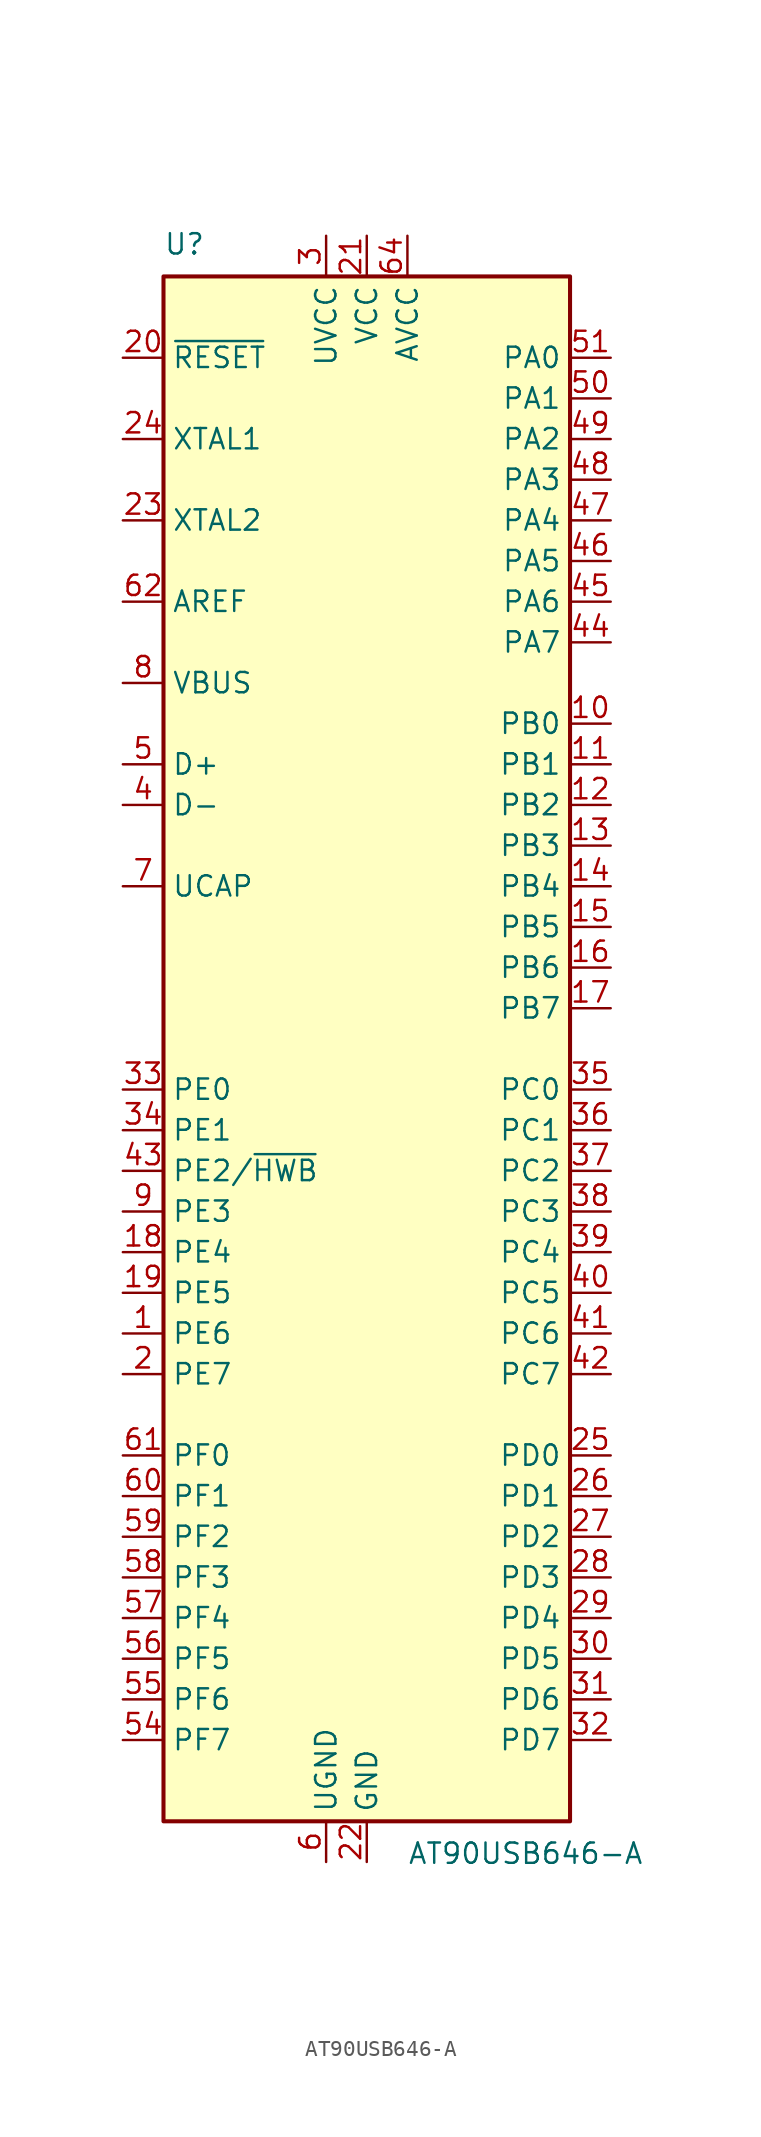
<source format=kicad_sym>
(kicad_symbol_lib
  (version 20201005)
  (generator kicad_symbol_editor)
  (symbol "MCU_Microchip_AVR:AT90USB646-A"
    (property "Reference" "U"
      (at -12.7 49.53 0)
      (effects (font (size 1.27 1.27)) (justify left bottom)))
    (property "Value" "AT90USB646-A"
      (at 2.54 -49.53 0)
      (effects (font (size 1.27 1.27)) (justify left top)))
    (symbol "AT90USB646-A_0_1"
      (rectangle (start -12.7 -48.26) (end 12.7 48.26) (stroke (width 0.254)) (fill (type background))))
    (symbol "AT90USB646-A_1_1"
      (pin bidirectional line (at -15.24 -17.78 0) (length 2.54) (name "PE6" (effects (font (size 1.27 1.27)))) (number "1" (effects (font (size 1.27 1.27)))))
      (pin bidirectional line (at 15.24 20.32 180) (length 2.54) (name "PB0" (effects (font (size 1.27 1.27)))) (number "10" (effects (font (size 1.27 1.27)))))
      (pin bidirectional line (at 15.24 17.78 180) (length 2.54) (name "PB1" (effects (font (size 1.27 1.27)))) (number "11" (effects (font (size 1.27 1.27)))))
      (pin bidirectional line (at 15.24 15.24 180) (length 2.54) (name "PB2" (effects (font (size 1.27 1.27)))) (number "12" (effects (font (size 1.27 1.27)))))
      (pin bidirectional line (at 15.24 12.7 180) (length 2.54) (name "PB3" (effects (font (size 1.27 1.27)))) (number "13" (effects (font (size 1.27 1.27)))))
      (pin bidirectional line (at 15.24 10.16 180) (length 2.54) (name "PB4" (effects (font (size 1.27 1.27)))) (number "14" (effects (font (size 1.27 1.27)))))
      (pin bidirectional line (at 15.24 7.62 180) (length 2.54) (name "PB5" (effects (font (size 1.27 1.27)))) (number "15" (effects (font (size 1.27 1.27)))))
      (pin bidirectional line (at 15.24 5.08 180) (length 2.54) (name "PB6" (effects (font (size 1.27 1.27)))) (number "16" (effects (font (size 1.27 1.27)))))
      (pin bidirectional line (at 15.24 2.54 180) (length 2.54) (name "PB7" (effects (font (size 1.27 1.27)))) (number "17" (effects (font (size 1.27 1.27)))))
      (pin bidirectional line (at -15.24 -12.7 0) (length 2.54) (name "PE4" (effects (font (size 1.27 1.27)))) (number "18" (effects (font (size 1.27 1.27)))))
      (pin bidirectional line (at -15.24 -15.24 0) (length 2.54) (name "PE5" (effects (font (size 1.27 1.27)))) (number "19" (effects (font (size 1.27 1.27)))))
      (pin bidirectional line (at -15.24 -20.32 0) (length 2.54) (name "PE7" (effects (font (size 1.27 1.27)))) (number "2" (effects (font (size 1.27 1.27)))))
      (pin input line (at -15.24 43.18 0) (length 2.54) (name "~RESET" (effects (font (size 1.27 1.27)))) (number "20" (effects (font (size 1.27 1.27)))))
      (pin power_in line (at 0 50.8 270) (length 2.54) (name "VCC" (effects (font (size 1.27 1.27)))) (number "21" (effects (font (size 1.27 1.27)))))
      (pin power_in line (at 0 -50.8 90) (length 2.54) (name "GND" (effects (font (size 1.27 1.27)))) (number "22" (effects (font (size 1.27 1.27)))))
      (pin output line (at -15.24 33.02 0) (length 2.54) (name "XTAL2" (effects (font (size 1.27 1.27)))) (number "23" (effects (font (size 1.27 1.27)))))
      (pin input line (at -15.24 38.1 0) (length 2.54) (name "XTAL1" (effects (font (size 1.27 1.27)))) (number "24" (effects (font (size 1.27 1.27)))))
      (pin bidirectional line (at 15.24 -25.4 180) (length 2.54) (name "PD0" (effects (font (size 1.27 1.27)))) (number "25" (effects (font (size 1.27 1.27)))))
      (pin bidirectional line (at 15.24 -27.94 180) (length 2.54) (name "PD1" (effects (font (size 1.27 1.27)))) (number "26" (effects (font (size 1.27 1.27)))))
      (pin bidirectional line (at 15.24 -30.48 180) (length 2.54) (name "PD2" (effects (font (size 1.27 1.27)))) (number "27" (effects (font (size 1.27 1.27)))))
      (pin bidirectional line (at 15.24 -33.02 180) (length 2.54) (name "PD3" (effects (font (size 1.27 1.27)))) (number "28" (effects (font (size 1.27 1.27)))))
      (pin bidirectional line (at 15.24 -35.56 180) (length 2.54) (name "PD4" (effects (font (size 1.27 1.27)))) (number "29" (effects (font (size 1.27 1.27)))))
      (pin power_in line (at -2.54 50.8 270) (length 2.54) (name "UVCC" (effects (font (size 1.27 1.27)))) (number "3" (effects (font (size 1.27 1.27)))))
      (pin bidirectional line (at 15.24 -38.1 180) (length 2.54) (name "PD5" (effects (font (size 1.27 1.27)))) (number "30" (effects (font (size 1.27 1.27)))))
      (pin bidirectional line (at 15.24 -40.64 180) (length 2.54) (name "PD6" (effects (font (size 1.27 1.27)))) (number "31" (effects (font (size 1.27 1.27)))))
      (pin bidirectional line (at 15.24 -43.18 180) (length 2.54) (name "PD7" (effects (font (size 1.27 1.27)))) (number "32" (effects (font (size 1.27 1.27)))))
      (pin bidirectional line (at -15.24 -2.54 0) (length 2.54) (name "PE0" (effects (font (size 1.27 1.27)))) (number "33" (effects (font (size 1.27 1.27)))))
      (pin bidirectional line (at -15.24 -5.08 0) (length 2.54) (name "PE1" (effects (font (size 1.27 1.27)))) (number "34" (effects (font (size 1.27 1.27)))))
      (pin bidirectional line (at 15.24 -2.54 180) (length 2.54) (name "PC0" (effects (font (size 1.27 1.27)))) (number "35" (effects (font (size 1.27 1.27)))))
      (pin bidirectional line (at 15.24 -5.08 180) (length 2.54) (name "PC1" (effects (font (size 1.27 1.27)))) (number "36" (effects (font (size 1.27 1.27)))))
      (pin bidirectional line (at 15.24 -7.62 180) (length 2.54) (name "PC2" (effects (font (size 1.27 1.27)))) (number "37" (effects (font (size 1.27 1.27)))))
      (pin bidirectional line (at 15.24 -10.16 180) (length 2.54) (name "PC3" (effects (font (size 1.27 1.27)))) (number "38" (effects (font (size 1.27 1.27)))))
      (pin bidirectional line (at 15.24 -12.7 180) (length 2.54) (name "PC4" (effects (font (size 1.27 1.27)))) (number "39" (effects (font (size 1.27 1.27)))))
      (pin bidirectional line (at -15.24 15.24 0) (length 2.54) (name "D-" (effects (font (size 1.27 1.27)))) (number "4" (effects (font (size 1.27 1.27)))))
      (pin bidirectional line (at 15.24 -15.24 180) (length 2.54) (name "PC5" (effects (font (size 1.27 1.27)))) (number "40" (effects (font (size 1.27 1.27)))))
      (pin bidirectional line (at 15.24 -17.78 180) (length 2.54) (name "PC6" (effects (font (size 1.27 1.27)))) (number "41" (effects (font (size 1.27 1.27)))))
      (pin bidirectional line (at 15.24 -20.32 180) (length 2.54) (name "PC7" (effects (font (size 1.27 1.27)))) (number "42" (effects (font (size 1.27 1.27)))))
      (pin bidirectional line (at -15.24 -7.62 0) (length 2.54) (name "PE2/~HWB" (effects (font (size 1.27 1.27)))) (number "43" (effects (font (size 1.27 1.27)))))
      (pin bidirectional line (at 15.24 25.4 180) (length 2.54) (name "PA7" (effects (font (size 1.27 1.27)))) (number "44" (effects (font (size 1.27 1.27)))))
      (pin bidirectional line (at 15.24 27.94 180) (length 2.54) (name "PA6" (effects (font (size 1.27 1.27)))) (number "45" (effects (font (size 1.27 1.27)))))
      (pin bidirectional line (at 15.24 30.48 180) (length 2.54) (name "PA5" (effects (font (size 1.27 1.27)))) (number "46" (effects (font (size 1.27 1.27)))))
      (pin bidirectional line (at 15.24 33.02 180) (length 2.54) (name "PA4" (effects (font (size 1.27 1.27)))) (number "47" (effects (font (size 1.27 1.27)))))
      (pin bidirectional line (at 15.24 35.56 180) (length 2.54) (name "PA3" (effects (font (size 1.27 1.27)))) (number "48" (effects (font (size 1.27 1.27)))))
      (pin bidirectional line (at 15.24 38.1 180) (length 2.54) (name "PA2" (effects (font (size 1.27 1.27)))) (number "49" (effects (font (size 1.27 1.27)))))
      (pin bidirectional line (at -15.24 17.78 0) (length 2.54) (name "D+" (effects (font (size 1.27 1.27)))) (number "5" (effects (font (size 1.27 1.27)))))
      (pin bidirectional line (at 15.24 40.64 180) (length 2.54) (name "PA1" (effects (font (size 1.27 1.27)))) (number "50" (effects (font (size 1.27 1.27)))))
      (pin bidirectional line (at 15.24 43.18 180) (length 2.54) (name "PA0" (effects (font (size 1.27 1.27)))) (number "51" (effects (font (size 1.27 1.27)))))
      (pin passive line (at 0 50.8 270) (length 2.54) hide (name "VCC" (effects (font (size 1.27 1.27)))) (number "52" (effects (font (size 1.27 1.27)))))
      (pin passive line (at 0 -50.8 90) (length 2.54) hide (name "GND" (effects (font (size 1.27 1.27)))) (number "53" (effects (font (size 1.27 1.27)))))
      (pin bidirectional line (at -15.24 -43.18 0) (length 2.54) (name "PF7" (effects (font (size 1.27 1.27)))) (number "54" (effects (font (size 1.27 1.27)))))
      (pin bidirectional line (at -15.24 -40.64 0) (length 2.54) (name "PF6" (effects (font (size 1.27 1.27)))) (number "55" (effects (font (size 1.27 1.27)))))
      (pin bidirectional line (at -15.24 -38.1 0) (length 2.54) (name "PF5" (effects (font (size 1.27 1.27)))) (number "56" (effects (font (size 1.27 1.27)))))
      (pin bidirectional line (at -15.24 -35.56 0) (length 2.54) (name "PF4" (effects (font (size 1.27 1.27)))) (number "57" (effects (font (size 1.27 1.27)))))
      (pin bidirectional line (at -15.24 -33.02 0) (length 2.54) (name "PF3" (effects (font (size 1.27 1.27)))) (number "58" (effects (font (size 1.27 1.27)))))
      (pin bidirectional line (at -15.24 -30.48 0) (length 2.54) (name "PF2" (effects (font (size 1.27 1.27)))) (number "59" (effects (font (size 1.27 1.27)))))
      (pin power_in line (at -2.54 -50.8 90) (length 2.54) (name "UGND" (effects (font (size 1.27 1.27)))) (number "6" (effects (font (size 1.27 1.27)))))
      (pin bidirectional line (at -15.24 -27.94 0) (length 2.54) (name "PF1" (effects (font (size 1.27 1.27)))) (number "60" (effects (font (size 1.27 1.27)))))
      (pin bidirectional line (at -15.24 -25.4 0) (length 2.54) (name "PF0" (effects (font (size 1.27 1.27)))) (number "61" (effects (font (size 1.27 1.27)))))
      (pin passive line (at -15.24 27.94 0) (length 2.54) (name "AREF" (effects (font (size 1.27 1.27)))) (number "62" (effects (font (size 1.27 1.27)))))
      (pin passive line (at 0 -50.8 90) (length 2.54) hide (name "GND" (effects (font (size 1.27 1.27)))) (number "63" (effects (font (size 1.27 1.27)))))
      (pin power_in line (at 2.54 50.8 270) (length 2.54) (name "AVCC" (effects (font (size 1.27 1.27)))) (number "64" (effects (font (size 1.27 1.27)))))
      (pin passive line (at -15.24 10.16 0) (length 2.54) (name "UCAP" (effects (font (size 1.27 1.27)))) (number "7" (effects (font (size 1.27 1.27)))))
      (pin input line (at -15.24 22.86 0) (length 2.54) (name "VBUS" (effects (font (size 1.27 1.27)))) (number "8" (effects (font (size 1.27 1.27)))))
      (pin bidirectional line (at -15.24 -10.16 0) (length 2.54) (name "PE3" (effects (font (size 1.27 1.27)))) (number "9" (effects (font (size 1.27 1.27))))))))
</source>
